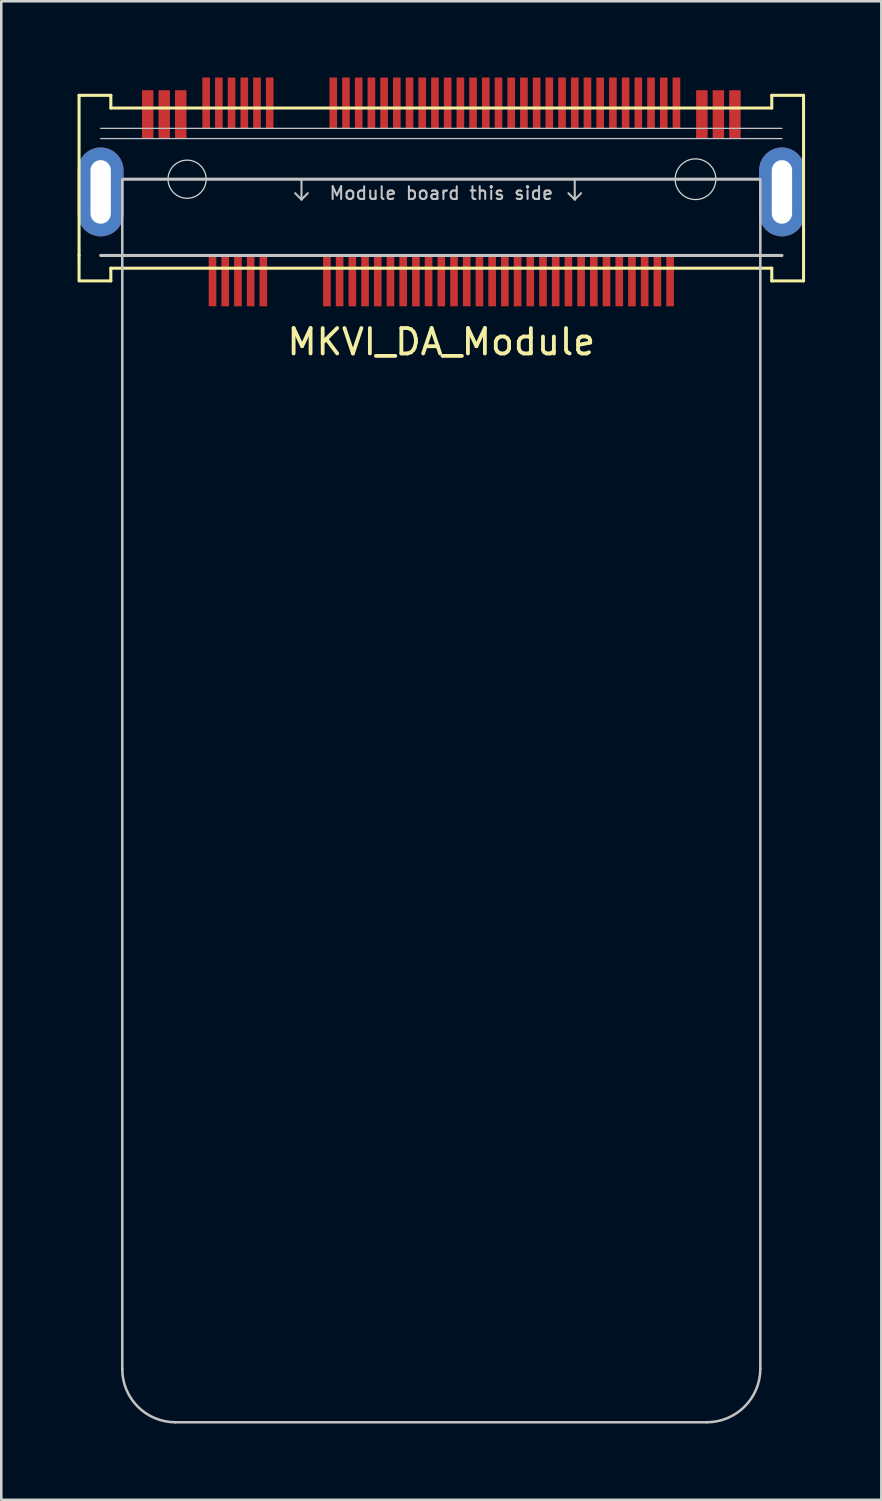
<source format=kicad_pcb>
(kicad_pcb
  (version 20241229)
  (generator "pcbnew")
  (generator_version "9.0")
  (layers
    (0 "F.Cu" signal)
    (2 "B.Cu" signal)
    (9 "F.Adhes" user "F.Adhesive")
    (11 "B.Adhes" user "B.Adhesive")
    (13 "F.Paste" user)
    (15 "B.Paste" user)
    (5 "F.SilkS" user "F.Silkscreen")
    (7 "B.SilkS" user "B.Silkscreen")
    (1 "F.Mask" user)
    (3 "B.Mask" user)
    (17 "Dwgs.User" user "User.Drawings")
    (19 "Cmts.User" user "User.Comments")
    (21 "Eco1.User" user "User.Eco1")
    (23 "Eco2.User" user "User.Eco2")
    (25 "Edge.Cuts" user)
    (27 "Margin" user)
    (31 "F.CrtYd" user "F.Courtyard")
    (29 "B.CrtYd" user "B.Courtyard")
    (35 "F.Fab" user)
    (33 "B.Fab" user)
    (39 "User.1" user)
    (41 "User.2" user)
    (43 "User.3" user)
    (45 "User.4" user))
  (footprint "MKVI_DA_Module"
    (layer "F.Cu")
    (at 14.31 4)
    (property "Reference" "MKVI_DA_Module" (at 0 6.4 0) (unlocked yes) (layer "F.SilkS") (effects (font (size 1 1) (thickness 0.15))))
    (attr through_hole)
    (fp_line (start -14.25 -3.3) (end -14.25 3) (stroke (width 0.12) (type solid)) (layer "F.SilkS"))
    (fp_line (start -14.25 3) (end -14.25 4) (stroke (width 0.12) (type solid)) (layer "F.SilkS"))
    (fp_line (start -14.2 4) (end -13 4) (stroke (width 0.12) (type solid)) (layer "F.SilkS"))
    (fp_line (start -13 -3.3) (end -14.25 -3.3) (stroke (width 0.12) (type solid)) (layer "F.SilkS"))
    (fp_line (start -13 -2.8) (end -13 -3.3) (stroke (width 0.12) (type solid)) (layer "F.SilkS"))
    (fp_line (start -13 3.5) (end 13 3.5) (stroke (width 0.12) (type solid)) (layer "F.SilkS"))
    (fp_line (start -13 4) (end -13 3.5) (stroke (width 0.12) (type solid)) (layer "F.SilkS"))
    (fp_line (start 13 -3.3) (end 13 -2.8) (stroke (width 0.12) (type solid)) (layer "F.SilkS"))
    (fp_line (start 13 -2.8) (end -13 -2.8) (stroke (width 0.12) (type solid)) (layer "F.SilkS"))
    (fp_line (start 13 3.5) (end 13 4) (stroke (width 0.12) (type solid)) (layer "F.SilkS"))
    (fp_line (start 13 4) (end 14.25 4) (stroke (width 0.12) (type solid)) (layer "F.SilkS"))
    (fp_line (start 14.25 -3.3) (end 13 -3.3) (stroke (width 0.12) (type solid)) (layer "F.SilkS"))
    (fp_line (start 14.25 4) (end 14.25 -3.3) (stroke (width 0.12) (type solid)) (layer "F.SilkS"))
    (fp_line (start -13.4 -2) (end 13.4 -2) (stroke (width 0.05) (type solid)) (layer "Dwgs.User"))
    (fp_line (start -13.4 -1.6) (end 13.4 -1.6) (stroke (width 0.05) (type solid)) (layer "Dwgs.User"))
    (fp_line (start -13.4 3) (end 13.4 3) (stroke (width 0.12) (type solid)) (layer "Dwgs.User"))
    (fp_line (start -12.55 0) (end -12.55 46.808) (stroke (width 0.1) (type solid)) (layer "Dwgs.User"))
    (fp_line (start -12.5 0) (end 12.5 0) (stroke (width 0.12) (type solid)) (layer "Dwgs.User"))
    (fp_line (start -10.46 48.899) (end 10.434 48.899) (stroke (width 0.1) (type solid)) (layer "Dwgs.User"))
    (fp_line (start -5.5 0) (end -5.5 0.8) (stroke (width 0.08) (type solid)) (layer "Dwgs.User"))
    (fp_line (start -5.5 0.8) (end -5.75 0.55) (stroke (width 0.08) (type solid)) (layer "Dwgs.User"))
    (fp_line (start -5.5 0.8) (end -5.25 0.55) (stroke (width 0.08) (type solid)) (layer "Dwgs.User"))
    (fp_line (start 5.25 0) (end 5.25 0.8) (stroke (width 0.08) (type solid)) (layer "Dwgs.User"))
    (fp_line (start 5.25 0.8) (end 5 0.55) (stroke (width 0.08) (type solid)) (layer "Dwgs.User"))
    (fp_line (start 5.25 0.8) (end 5.5 0.55) (stroke (width 0.08) (type solid)) (layer "Dwgs.User"))
    (fp_line (start 12.55 0) (end 12.55 46.794) (stroke (width 0.1) (type solid)) (layer "Dwgs.User"))
    (fp_arc (start -10.459871 48.899296) (mid -11.938103 48.286432) (end -12.55 46.8078) (stroke (width 0.1) (type solid)) (layer "Dwgs.User"))
    (fp_arc (start 12.55 46.794367) (mid 11.928024 48.28503) (end 10.434167 48.899296) (stroke (width 0.1) (type solid)) (layer "Dwgs.User"))
    (fp_circle (center -10 0) (end -9.25 0) (stroke (width 0.05) (type solid)) (fill no) (layer "Edge.Cuts"))
    (fp_circle (center 10 0) (end 10.8 0) (stroke (width 0.05) (type solid)) (fill no) (layer "Edge.Cuts"))
    (fp_text user "Module board this side" (at 0 0.55 0) (unlocked yes) (layer "Dwgs.User") (effects (font (size 0.5 0.5) (thickness 0.08))))
    (pad "4" smd rect (at -9.25 -3) (size 0.3 2) (layers "F.Cu" "F.Mask" "F.Paste"))
    (pad "5" smd rect (at -8.75 -3) (size 0.3 2) (layers "F.Cu" "F.Mask" "F.Paste"))
    (pad "6" smd rect (at -8.25 -3) (size 0.3 2) (layers "F.Cu" "F.Mask" "F.Paste"))
    (pad "7" smd rect (at -7.75 -3) (size 0.3 2) (layers "F.Cu" "F.Mask" "F.Paste"))
    (pad "8" smd rect (at -7.25 -3) (size 0.3 2) (layers "F.Cu" "F.Mask" "F.Paste"))
    (pad "9" smd rect (at -6.75 -3) (size 0.3 2) (layers "F.Cu" "F.Mask" "F.Paste"))
    (pad "10" smd rect (at -4.25 -3) (size 0.3 2) (layers "F.Cu" "F.Mask" "F.Paste"))
    (pad "11" smd rect (at -3.75 -3) (size 0.3 2) (layers "F.Cu" "F.Mask" "F.Paste"))
    (pad "12" smd rect (at -3.25 -3) (size 0.3 2) (layers "F.Cu" "F.Mask" "F.Paste"))
    (pad "13" smd rect (at -2.75 -3) (size 0.3 2) (layers "F.Cu" "F.Mask" "F.Paste"))
    (pad "14" smd rect (at -2.25 -3) (size 0.3 2) (layers "F.Cu" "F.Mask" "F.Paste"))
    (pad "15" smd rect (at -1.75 -3) (size 0.3 2) (layers "F.Cu" "F.Mask" "F.Paste"))
    (pad "16" smd rect (at -1.25 -3) (size 0.3 2) (layers "F.Cu" "F.Mask" "F.Paste"))
    (pad "17" smd rect (at -0.75 -3) (size 0.3 2) (layers "F.Cu" "F.Mask" "F.Paste"))
    (pad "18" smd rect (at -0.25 -3) (size 0.3 2) (layers "F.Cu" "F.Mask" "F.Paste"))
    (pad "19" smd rect (at 0.25 -3) (size 0.3 2) (layers "F.Cu" "F.Mask" "F.Paste"))
    (pad "20" smd rect (at 0.75 -3) (size 0.3 2) (layers "F.Cu" "F.Mask" "F.Paste"))
    (pad "21" smd rect (at 1.25 -3) (size 0.3 2) (layers "F.Cu" "F.Mask" "F.Paste"))
    (pad "22" smd rect (at 1.75 -3) (size 0.3 2) (layers "F.Cu" "F.Mask" "F.Paste"))
    (pad "23" smd rect (at 2.25 -3) (size 0.3 2) (layers "F.Cu" "F.Mask" "F.Paste"))
    (pad "24" smd rect (at 2.75 -3) (size 0.3 2) (layers "F.Cu" "F.Mask" "F.Paste"))
    (pad "25" smd rect (at 3.25 -3) (size 0.3 2) (layers "F.Cu" "F.Mask" "F.Paste"))
    (pad "26" smd rect (at 3.75 -3) (size 0.3 2) (layers "F.Cu" "F.Mask" "F.Paste"))
    (pad "27" smd rect (at 4.25 -3) (size 0.3 2) (layers "F.Cu" "F.Mask" "F.Paste"))
    (pad "28" smd rect (at 4.75 -3) (size 0.3 2) (layers "F.Cu" "F.Mask" "F.Paste"))
    (pad "29" smd rect (at 5.25 -3) (size 0.3 2) (layers "F.Cu" "F.Mask" "F.Paste"))
    (pad "30" smd rect (at 5.75 -3) (size 0.3 2) (layers "F.Cu" "F.Mask" "F.Paste"))
    (pad "31" smd rect (at 6.25 -3) (size 0.3 2) (layers "F.Cu" "F.Mask" "F.Paste"))
    (pad "32" smd rect (at 6.75 -3) (size 0.3 2) (layers "F.Cu" "F.Mask" "F.Paste"))
    (pad "33" smd rect (at 7.25 -3) (size 0.3 2) (layers "F.Cu" "F.Mask" "F.Paste"))
    (pad "34" smd rect (at 7.75 -3) (size 0.3 2) (layers "F.Cu" "F.Mask" "F.Paste"))
    (pad "35" smd rect (at 8.25 -3) (size 0.3 2) (layers "F.Cu" "F.Mask" "F.Paste"))
    (pad "36" smd rect (at 8.75 -3) (size 0.3 2) (layers "F.Cu" "F.Mask" "F.Paste"))
    (pad "37" smd rect (at 9.25 -3) (size 0.3 2) (layers "F.Cu" "F.Mask" "F.Paste"))
    (pad "41" smd rect (at -9 4) (size 0.3 2) (layers "F.Cu" "F.Mask" "F.Paste"))
    (pad "42" smd rect (at -8.5 4) (size 0.3 2) (layers "F.Cu" "F.Mask" "F.Paste"))
    (pad "43" smd rect (at -8 4) (size 0.3 2) (layers "F.Cu" "F.Mask" "F.Paste"))
    (pad "44" smd rect (at -7.5 4) (size 0.3 2) (layers "F.Cu" "F.Mask" "F.Paste"))
    (pad "45" smd rect (at -7 4) (size 0.3 2) (layers "F.Cu" "F.Mask" "F.Paste"))
    (pad "46" smd rect (at -4.5 4) (size 0.3 2) (layers "F.Cu" "F.Mask" "F.Paste"))
    (pad "47" smd rect (at -4 4) (size 0.3 2) (layers "F.Cu" "F.Mask" "F.Paste"))
    (pad "48" smd rect (at -3.5 4) (size 0.3 2) (layers "F.Cu" "F.Mask" "F.Paste"))
    (pad "49" smd rect (at -3 4) (size 0.3 2) (layers "F.Cu" "F.Mask" "F.Paste"))
    (pad "50" smd rect (at -2.5 4) (size 0.3 2) (layers "F.Cu" "F.Mask" "F.Paste"))
    (pad "51" smd rect (at -2 4) (size 0.3 2) (layers "F.Cu" "F.Mask" "F.Paste"))
    (pad "52" smd rect (at -1.5 4) (size 0.3 2) (layers "F.Cu" "F.Mask" "F.Paste"))
    (pad "53" smd rect (at -1 4) (size 0.3 2) (layers "F.Cu" "F.Mask" "F.Paste"))
    (pad "54" smd rect (at -0.5 4) (size 0.3 2) (layers "F.Cu" "F.Mask" "F.Paste"))
    (pad "55" smd rect (at 0 4) (size 0.3 2) (layers "F.Cu" "F.Mask" "F.Paste"))
    (pad "56" smd rect (at 0.5 4) (size 0.3 2) (layers "F.Cu" "F.Mask" "F.Paste"))
    (pad "57" smd rect (at 1 4) (size 0.3 2) (layers "F.Cu" "F.Mask" "F.Paste"))
    (pad "58" smd rect (at 1.5 4) (size 0.3 2) (layers "F.Cu" "F.Mask" "F.Paste"))
    (pad "59" smd rect (at 2 4) (size 0.3 2) (layers "F.Cu" "F.Mask" "F.Paste"))
    (pad "60" smd rect (at 2.5 4) (size 0.3 2) (layers "F.Cu" "F.Mask" "F.Paste"))
    (pad "61" smd rect (at 3 4) (size 0.3 2) (layers "F.Cu" "F.Mask" "F.Paste"))
    (pad "62" smd rect (at 3.5 4) (size 0.3 2) (layers "F.Cu" "F.Mask" "F.Paste"))
    (pad "63" smd rect (at 4 4) (size 0.3 2) (layers "F.Cu" "F.Mask" "F.Paste"))
    (pad "64" smd rect (at 4.5 4) (size 0.3 2) (layers "F.Cu" "F.Mask" "F.Paste"))
    (pad "65" smd rect (at 5 4) (size 0.3 2) (layers "F.Cu" "F.Mask" "F.Paste"))
    (pad "66" smd rect (at 5.5 4) (size 0.3 2) (layers "F.Cu" "F.Mask" "F.Paste"))
    (pad "67" smd rect (at 6 4) (size 0.3 2) (layers "F.Cu" "F.Mask" "F.Paste"))
    (pad "68" smd rect (at 6.5 4) (size 0.3 2) (layers "F.Cu" "F.Mask" "F.Paste"))
    (pad "69" smd rect (at 7 4) (size 0.3 2) (layers "F.Cu" "F.Mask" "F.Paste"))
    (pad "70" smd rect (at 7.5 4) (size 0.3 2) (layers "F.Cu" "F.Mask" "F.Paste"))
    (pad "71" smd rect (at 8 4) (size 0.3 2) (layers "F.Cu" "F.Mask" "F.Paste"))
    (pad "72" smd rect (at 8.5 4) (size 0.3 2) (layers "F.Cu" "F.Mask" "F.Paste"))
    (pad "73" smd rect (at 9 4) (size 0.3 2) (layers "F.Cu" "F.Mask" "F.Paste"))
    (pad "75" thru_hole roundrect (at -13.4 0.5) (size 1.8 3.5) (drill oval 0.8 2.5) (layers "*.Cu" "*.Mask") (roundrect_rratio 0.5))
    (pad "76" thru_hole roundrect (at 13.4 0.5) (size 1.8 3.5) (drill oval 0.8 2.5) (layers "*.Cu" "*.Mask") (roundrect_rratio 0.5))
    (pad "P1" smd rect (at -11.55 -2.55) (size 0.45 1.9) (layers "F.Cu" "F.Mask" "F.Paste"))
    (pad "P2" smd rect (at -10.9 -2.55) (size 0.45 1.9) (layers "F.Cu" "F.Mask" "F.Paste"))
    (pad "P3" smd rect (at -10.25 -2.55) (size 0.45 1.9) (layers "F.Cu" "F.Mask" "F.Paste"))
    (pad "P38" smd rect (at 10.25 -2.55) (size 0.45 1.9) (layers "F.Cu" "F.Mask" "F.Paste"))
    (pad "P39" smd rect (at 10.9 -2.55) (size 0.45 1.9) (layers "F.Cu" "F.Mask" "F.Paste"))
    (pad "P40" smd rect (at 11.55 -2.55) (size 0.45 1.9) (layers "F.Cu" "F.Mask" "F.Paste"))
    (zone (net_name "") (layers "F.Cu" "Dwgs.User") (hatch edge 0.508) (connect_pads) (min_thickness 0.254) (filled_areas_thickness no) (keepout (tracks allowed) (vias allowed) (pads allowed) (copperpour allowed) (footprints not_allowed)) (placement (enabled no)) (fill) (polygon (pts (xy 1.31 1.2) (xy 27.31 1.2) (xy 27.31 0.7) (xy 28.56 0.7) (xy 28.56 8) (xy 27.31 8) (xy 27.31 7.5) (xy 1.31 7.5) (xy 1.31 8) (xy 0.06 8) (xy 0.06 0.7) (xy 1.31 0.7)))))
  (gr_rect
    (start -3 -3)
    (end 31.62 55.949)
    (stroke (width 0.1) (type default))
    (fill no)
    (layer "Edge.Cuts")))
</source>
